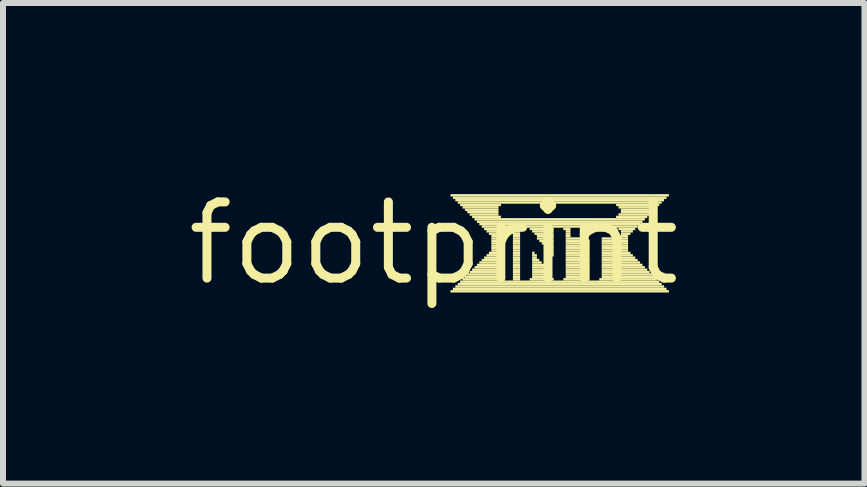
<source format=kicad_pcb>
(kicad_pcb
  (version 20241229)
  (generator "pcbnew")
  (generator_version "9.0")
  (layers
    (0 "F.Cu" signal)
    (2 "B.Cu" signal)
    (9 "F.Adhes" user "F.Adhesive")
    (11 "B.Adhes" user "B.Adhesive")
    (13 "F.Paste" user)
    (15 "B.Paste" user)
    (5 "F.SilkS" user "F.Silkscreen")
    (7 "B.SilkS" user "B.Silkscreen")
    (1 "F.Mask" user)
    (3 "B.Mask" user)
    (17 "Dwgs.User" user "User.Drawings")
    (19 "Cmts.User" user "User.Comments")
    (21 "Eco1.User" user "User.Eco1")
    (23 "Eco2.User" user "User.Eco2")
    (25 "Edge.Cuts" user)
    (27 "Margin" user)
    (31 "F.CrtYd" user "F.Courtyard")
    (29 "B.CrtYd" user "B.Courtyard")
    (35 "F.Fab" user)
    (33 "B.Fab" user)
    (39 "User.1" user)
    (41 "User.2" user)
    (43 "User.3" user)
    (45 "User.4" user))
  (footprint "footprint"
    (layer "F.Cu")
    (at 4.18 1.006)
    (property "Reference" "footprint" (at 0 0 0) (layer "F.SilkS") (effects (font (size 1.27 1.27) (thickness 0.15))))
    (fp_poly (pts (xy 0.28 -0.78) (xy 3.92 -0.78) (xy 3.92 -0.82) (xy 0.28 -0.82)) (stroke (width 0) (type solid)) (fill yes) (layer "F.SilkS"))
    (fp_poly (pts (xy 0.28 0.82) (xy 3.92 0.82) (xy 3.92 0.78) (xy 0.28 0.78)) (stroke (width 0) (type solid)) (fill yes) (layer "F.SilkS"))
    (fp_poly (pts (xy 0.32 -0.74) (xy 3.88 -0.74) (xy 3.88 -0.78) (xy 0.32 -0.78)) (stroke (width 0) (type solid)) (fill yes) (layer "F.SilkS"))
    (fp_poly (pts (xy 0.32 0.78) (xy 3.88 0.78) (xy 3.88 0.74) (xy 0.32 0.74)) (stroke (width 0) (type solid)) (fill yes) (layer "F.SilkS"))
    (fp_poly (pts (xy 0.36 -0.7) (xy 3.84 -0.7) (xy 3.84 -0.74) (xy 0.36 -0.74)) (stroke (width 0) (type solid)) (fill yes) (layer "F.SilkS"))
    (fp_poly (pts (xy 0.36 0.74) (xy 3.84 0.74) (xy 3.84 0.7) (xy 0.36 0.7)) (stroke (width 0) (type solid)) (fill yes) (layer "F.SilkS"))
    (fp_poly (pts (xy 0.4 -0.66) (xy 3.8 -0.66) (xy 3.8 -0.7) (xy 0.4 -0.7)) (stroke (width 0) (type solid)) (fill yes) (layer "F.SilkS"))
    (fp_poly (pts (xy 0.4 0.7) (xy 3.8 0.7) (xy 3.8 0.66) (xy 0.4 0.66)) (stroke (width 0) (type solid)) (fill yes) (layer "F.SilkS"))
    (fp_poly (pts (xy 0.44 -0.62) (xy 1.12 -0.62) (xy 1.12 -0.66) (xy 0.44 -0.66)) (stroke (width 0) (type solid)) (fill yes) (layer "F.SilkS"))
    (fp_poly (pts (xy 0.44 0.66) (xy 3.76 0.66) (xy 3.76 0.62) (xy 0.44 0.62)) (stroke (width 0) (type solid)) (fill yes) (layer "F.SilkS"))
    (fp_poly (pts (xy 0.48 -0.58) (xy 1.08 -0.58) (xy 1.08 -0.62) (xy 0.48 -0.62)) (stroke (width 0) (type solid)) (fill yes) (layer "F.SilkS"))
    (fp_poly (pts (xy 0.48 0.62) (xy 1.16 0.62) (xy 1.16 0.58) (xy 0.48 0.58)) (stroke (width 0) (type solid)) (fill yes) (layer "F.SilkS"))
    (fp_poly (pts (xy 0.52 -0.54) (xy 1.08 -0.54) (xy 1.08 -0.58) (xy 0.52 -0.58)) (stroke (width 0) (type solid)) (fill yes) (layer "F.SilkS"))
    (fp_poly (pts (xy 0.52 0.58) (xy 1.12 0.58) (xy 1.12 0.54) (xy 0.52 0.54)) (stroke (width 0) (type solid)) (fill yes) (layer "F.SilkS"))
    (fp_poly (pts (xy 0.56 -0.5) (xy 1.08 -0.5) (xy 1.08 -0.54) (xy 0.56 -0.54)) (stroke (width 0) (type solid)) (fill yes) (layer "F.SilkS"))
    (fp_poly (pts (xy 0.56 0.54) (xy 1.12 0.54) (xy 1.12 0.5) (xy 0.56 0.5)) (stroke (width 0) (type solid)) (fill yes) (layer "F.SilkS"))
    (fp_poly (pts (xy 0.6 -0.46) (xy 1.08 -0.46) (xy 1.08 -0.5) (xy 0.6 -0.5)) (stroke (width 0) (type solid)) (fill yes) (layer "F.SilkS"))
    (fp_poly (pts (xy 0.6 0.5) (xy 1.12 0.5) (xy 1.12 0.46) (xy 0.6 0.46)) (stroke (width 0) (type solid)) (fill yes) (layer "F.SilkS"))
    (fp_poly (pts (xy 0.64 -0.42) (xy 1.12 -0.42) (xy 1.12 -0.46) (xy 0.64 -0.46)) (stroke (width 0) (type solid)) (fill yes) (layer "F.SilkS"))
    (fp_poly (pts (xy 0.64 0.46) (xy 1.12 0.46) (xy 1.12 0.42) (xy 0.64 0.42)) (stroke (width 0) (type solid)) (fill yes) (layer "F.SilkS"))
    (fp_poly (pts (xy 0.68 -0.38) (xy 3.52 -0.38) (xy 3.52 -0.42) (xy 0.68 -0.42)) (stroke (width 0) (type solid)) (fill yes) (layer "F.SilkS"))
    (fp_poly (pts (xy 0.68 0.42) (xy 1.12 0.42) (xy 1.12 0.38) (xy 0.68 0.38)) (stroke (width 0) (type solid)) (fill yes) (layer "F.SilkS"))
    (fp_poly (pts (xy 0.72 -0.34) (xy 3.48 -0.34) (xy 3.48 -0.38) (xy 0.72 -0.38)) (stroke (width 0) (type solid)) (fill yes) (layer "F.SilkS"))
    (fp_poly (pts (xy 0.72 0.38) (xy 1.12 0.38) (xy 1.12 0.34) (xy 0.72 0.34)) (stroke (width 0) (type solid)) (fill yes) (layer "F.SilkS"))
    (fp_poly (pts (xy 0.76 -0.3) (xy 3.44 -0.3) (xy 3.44 -0.34) (xy 0.76 -0.34)) (stroke (width 0) (type solid)) (fill yes) (layer "F.SilkS"))
    (fp_poly (pts (xy 0.76 0.34) (xy 1.12 0.34) (xy 1.12 0.3) (xy 0.76 0.3)) (stroke (width 0) (type solid)) (fill yes) (layer "F.SilkS"))
    (fp_poly (pts (xy 0.8 -0.26) (xy 3.4 -0.26) (xy 3.4 -0.3) (xy 0.8 -0.3)) (stroke (width 0) (type solid)) (fill yes) (layer "F.SilkS"))
    (fp_poly (pts (xy 0.8 0.3) (xy 1.12 0.3) (xy 1.12 0.26) (xy 0.8 0.26)) (stroke (width 0) (type solid)) (fill yes) (layer "F.SilkS"))
    (fp_poly (pts (xy 0.84 -0.22) (xy 1.16 -0.22) (xy 1.16 -0.26) (xy 0.84 -0.26)) (stroke (width 0) (type solid)) (fill yes) (layer "F.SilkS"))
    (fp_poly (pts (xy 0.84 0.26) (xy 1.12 0.26) (xy 1.12 0.22) (xy 0.84 0.22)) (stroke (width 0) (type solid)) (fill yes) (layer "F.SilkS"))
    (fp_poly (pts (xy 0.88 -0.18) (xy 1.12 -0.18) (xy 1.12 -0.22) (xy 0.88 -0.22)) (stroke (width 0) (type solid)) (fill yes) (layer "F.SilkS"))
    (fp_poly (pts (xy 0.88 0.22) (xy 1.12 0.22) (xy 1.12 0.18) (xy 0.88 0.18)) (stroke (width 0) (type solid)) (fill yes) (layer "F.SilkS"))
    (fp_poly (pts (xy 0.92 -0.14) (xy 1.12 -0.14) (xy 1.12 -0.18) (xy 0.92 -0.18)) (stroke (width 0) (type solid)) (fill yes) (layer "F.SilkS"))
    (fp_poly (pts (xy 0.92 0.18) (xy 1.12 0.18) (xy 1.12 0.14) (xy 0.92 0.14)) (stroke (width 0) (type solid)) (fill yes) (layer "F.SilkS"))
    (fp_poly (pts (xy 0.96 -0.1) (xy 1.12 -0.1) (xy 1.12 -0.14) (xy 0.96 -0.14)) (stroke (width 0) (type solid)) (fill yes) (layer "F.SilkS"))
    (fp_poly (pts (xy 0.96 -0.06) (xy 1.12 -0.06) (xy 1.12 -0.1) (xy 0.96 -0.1)) (stroke (width 0) (type solid)) (fill yes) (layer "F.SilkS"))
    (fp_poly (pts (xy 0.96 -0.02) (xy 1.12 -0.02) (xy 1.12 -0.06) (xy 0.96 -0.06)) (stroke (width 0) (type solid)) (fill yes) (layer "F.SilkS"))
    (fp_poly (pts (xy 0.96 0.02) (xy 1.12 0.02) (xy 1.12 -0.02) (xy 0.96 -0.02)) (stroke (width 0) (type solid)) (fill yes) (layer "F.SilkS"))
    (fp_poly (pts (xy 0.96 0.06) (xy 1.12 0.06) (xy 1.12 0.02) (xy 0.96 0.02)) (stroke (width 0) (type solid)) (fill yes) (layer "F.SilkS"))
    (fp_poly (pts (xy 0.96 0.1) (xy 1.12 0.1) (xy 1.12 0.06) (xy 0.96 0.06)) (stroke (width 0) (type solid)) (fill yes) (layer "F.SilkS"))
    (fp_poly (pts (xy 0.96 0.14) (xy 1.12 0.14) (xy 1.12 0.1) (xy 0.96 0.1)) (stroke (width 0) (type solid)) (fill yes) (layer "F.SilkS"))
    (fp_poly (pts (xy 1.32 -0.22) (xy 1.48 -0.22) (xy 1.48 -0.26) (xy 1.32 -0.26)) (stroke (width 0) (type solid)) (fill yes) (layer "F.SilkS"))
    (fp_poly (pts (xy 1.32 -0.18) (xy 1.44 -0.18) (xy 1.44 -0.22) (xy 1.32 -0.22)) (stroke (width 0) (type solid)) (fill yes) (layer "F.SilkS"))
    (fp_poly (pts (xy 1.32 -0.14) (xy 1.44 -0.14) (xy 1.44 -0.18) (xy 1.32 -0.18)) (stroke (width 0) (type solid)) (fill yes) (layer "F.SilkS"))
    (fp_poly (pts (xy 1.32 -0.1) (xy 1.44 -0.1) (xy 1.44 -0.14) (xy 1.32 -0.14)) (stroke (width 0) (type solid)) (fill yes) (layer "F.SilkS"))
    (fp_poly (pts (xy 1.32 -0.06) (xy 1.44 -0.06) (xy 1.44 -0.1) (xy 1.32 -0.1)) (stroke (width 0) (type solid)) (fill yes) (layer "F.SilkS"))
    (fp_poly (pts (xy 1.32 -0.02) (xy 1.44 -0.02) (xy 1.44 -0.06) (xy 1.32 -0.06)) (stroke (width 0) (type solid)) (fill yes) (layer "F.SilkS"))
    (fp_poly (pts (xy 1.32 0.02) (xy 1.44 0.02) (xy 1.44 -0.02) (xy 1.32 -0.02)) (stroke (width 0) (type solid)) (fill yes) (layer "F.SilkS"))
    (fp_poly (pts (xy 1.32 0.06) (xy 1.44 0.06) (xy 1.44 0.02) (xy 1.32 0.02)) (stroke (width 0) (type solid)) (fill yes) (layer "F.SilkS"))
    (fp_poly (pts (xy 1.32 0.1) (xy 1.44 0.1) (xy 1.44 0.06) (xy 1.32 0.06)) (stroke (width 0) (type solid)) (fill yes) (layer "F.SilkS"))
    (fp_poly (pts (xy 1.32 0.14) (xy 1.44 0.14) (xy 1.44 0.1) (xy 1.32 0.1)) (stroke (width 0) (type solid)) (fill yes) (layer "F.SilkS"))
    (fp_poly (pts (xy 1.32 0.18) (xy 1.44 0.18) (xy 1.44 0.14) (xy 1.32 0.14)) (stroke (width 0) (type solid)) (fill yes) (layer "F.SilkS"))
    (fp_poly (pts (xy 1.32 0.22) (xy 1.44 0.22) (xy 1.44 0.18) (xy 1.32 0.18)) (stroke (width 0) (type solid)) (fill yes) (layer "F.SilkS"))
    (fp_poly (pts (xy 1.32 0.26) (xy 1.44 0.26) (xy 1.44 0.22) (xy 1.32 0.22)) (stroke (width 0) (type solid)) (fill yes) (layer "F.SilkS"))
    (fp_poly (pts (xy 1.32 0.3) (xy 1.44 0.3) (xy 1.44 0.26) (xy 1.32 0.26)) (stroke (width 0) (type solid)) (fill yes) (layer "F.SilkS"))
    (fp_poly (pts (xy 1.32 0.34) (xy 1.44 0.34) (xy 1.44 0.3) (xy 1.32 0.3)) (stroke (width 0) (type solid)) (fill yes) (layer "F.SilkS"))
    (fp_poly (pts (xy 1.32 0.38) (xy 1.44 0.38) (xy 1.44 0.34) (xy 1.32 0.34)) (stroke (width 0) (type solid)) (fill yes) (layer "F.SilkS"))
    (fp_poly (pts (xy 1.32 0.42) (xy 1.44 0.42) (xy 1.44 0.38) (xy 1.32 0.38)) (stroke (width 0) (type solid)) (fill yes) (layer "F.SilkS"))
    (fp_poly (pts (xy 1.32 0.46) (xy 1.44 0.46) (xy 1.44 0.42) (xy 1.32 0.42)) (stroke (width 0) (type solid)) (fill yes) (layer "F.SilkS"))
    (fp_poly (pts (xy 1.32 0.5) (xy 1.44 0.5) (xy 1.44 0.46) (xy 1.32 0.46)) (stroke (width 0) (type solid)) (fill yes) (layer "F.SilkS"))
    (fp_poly (pts (xy 1.32 0.54) (xy 1.44 0.54) (xy 1.44 0.5) (xy 1.32 0.5)) (stroke (width 0) (type solid)) (fill yes) (layer "F.SilkS"))
    (fp_poly (pts (xy 1.32 0.58) (xy 1.44 0.58) (xy 1.44 0.54) (xy 1.32 0.54)) (stroke (width 0) (type solid)) (fill yes) (layer "F.SilkS"))
    (fp_poly (pts (xy 1.32 0.62) (xy 1.44 0.62) (xy 1.44 0.58) (xy 1.32 0.58)) (stroke (width 0) (type solid)) (fill yes) (layer "F.SilkS"))
    (fp_poly (pts (xy 1.6 -0.22) (xy 2 -0.22) (xy 2 -0.26) (xy 1.6 -0.26)) (stroke (width 0) (type solid)) (fill yes) (layer "F.SilkS"))
    (fp_poly (pts (xy 1.6 0.62) (xy 2 0.62) (xy 2 0.58) (xy 1.6 0.58)) (stroke (width 0) (type solid)) (fill yes) (layer "F.SilkS"))
    (fp_poly (pts (xy 1.64 -0.18) (xy 2 -0.18) (xy 2 -0.22) (xy 1.64 -0.22)) (stroke (width 0) (type solid)) (fill yes) (layer "F.SilkS"))
    (fp_poly (pts (xy 1.64 0.18) (xy 1.68 0.18) (xy 1.68 0.14) (xy 1.64 0.14)) (stroke (width 0) (type solid)) (fill yes) (layer "F.SilkS"))
    (fp_poly (pts (xy 1.64 0.22) (xy 1.72 0.22) (xy 1.72 0.18) (xy 1.64 0.18)) (stroke (width 0) (type solid)) (fill yes) (layer "F.SilkS"))
    (fp_poly (pts (xy 1.64 0.26) (xy 1.72 0.26) (xy 1.72 0.22) (xy 1.64 0.22)) (stroke (width 0) (type solid)) (fill yes) (layer "F.SilkS"))
    (fp_poly (pts (xy 1.64 0.3) (xy 1.76 0.3) (xy 1.76 0.26) (xy 1.64 0.26)) (stroke (width 0) (type solid)) (fill yes) (layer "F.SilkS"))
    (fp_poly (pts (xy 1.64 0.34) (xy 1.8 0.34) (xy 1.8 0.3) (xy 1.64 0.3)) (stroke (width 0) (type solid)) (fill yes) (layer "F.SilkS"))
    (fp_poly (pts (xy 1.64 0.38) (xy 1.84 0.38) (xy 1.84 0.34) (xy 1.64 0.34)) (stroke (width 0) (type solid)) (fill yes) (layer "F.SilkS"))
    (fp_poly (pts (xy 1.64 0.42) (xy 1.84 0.42) (xy 1.84 0.38) (xy 1.64 0.38)) (stroke (width 0) (type solid)) (fill yes) (layer "F.SilkS"))
    (fp_poly (pts (xy 1.64 0.46) (xy 1.88 0.46) (xy 1.88 0.42) (xy 1.64 0.42)) (stroke (width 0) (type solid)) (fill yes) (layer "F.SilkS"))
    (fp_poly (pts (xy 1.64 0.5) (xy 1.92 0.5) (xy 1.92 0.46) (xy 1.64 0.46)) (stroke (width 0) (type solid)) (fill yes) (layer "F.SilkS"))
    (fp_poly (pts (xy 1.64 0.54) (xy 1.96 0.54) (xy 1.96 0.5) (xy 1.64 0.5)) (stroke (width 0) (type solid)) (fill yes) (layer "F.SilkS"))
    (fp_poly (pts (xy 1.64 0.58) (xy 1.96 0.58) (xy 1.96 0.54) (xy 1.64 0.54)) (stroke (width 0) (type solid)) (fill yes) (layer "F.SilkS"))
    (fp_poly (pts (xy 1.68 -0.14) (xy 2 -0.14) (xy 2 -0.18) (xy 1.68 -0.18)) (stroke (width 0) (type solid)) (fill yes) (layer "F.SilkS"))
    (fp_poly (pts (xy 1.72 -0.1) (xy 2 -0.1) (xy 2 -0.14) (xy 1.72 -0.14)) (stroke (width 0) (type solid)) (fill yes) (layer "F.SilkS"))
    (fp_poly (pts (xy 1.72 -0.06) (xy 2 -0.06) (xy 2 -0.1) (xy 1.72 -0.1)) (stroke (width 0) (type solid)) (fill yes) (layer "F.SilkS"))
    (fp_poly (pts (xy 1.76 -0.02) (xy 2 -0.02) (xy 2 -0.06) (xy 1.76 -0.06)) (stroke (width 0) (type solid)) (fill yes) (layer "F.SilkS"))
    (fp_poly (pts (xy 1.8 0.02) (xy 2 0.02) (xy 2 -0.02) (xy 1.8 -0.02)) (stroke (width 0) (type solid)) (fill yes) (layer "F.SilkS"))
    (fp_poly (pts (xy 1.84 0.06) (xy 2 0.06) (xy 2 0.02) (xy 1.84 0.02)) (stroke (width 0) (type solid)) (fill yes) (layer "F.SilkS"))
    (fp_poly (pts (xy 1.84 0.1) (xy 2 0.1) (xy 2 0.06) (xy 1.84 0.06)) (stroke (width 0) (type solid)) (fill yes) (layer "F.SilkS"))
    (fp_poly (pts (xy 1.88 0.14) (xy 2 0.14) (xy 2 0.1) (xy 1.88 0.1)) (stroke (width 0) (type solid)) (fill yes) (layer "F.SilkS"))
    (fp_poly (pts (xy 1.92 0.18) (xy 2 0.18) (xy 2 0.14) (xy 1.92 0.14)) (stroke (width 0) (type solid)) (fill yes) (layer "F.SilkS"))
    (fp_poly (pts (xy 1.96 0.22) (xy 2 0.22) (xy 2 0.18) (xy 1.96 0.18)) (stroke (width 0) (type solid)) (fill yes) (layer "F.SilkS"))
    (fp_poly (pts (xy 2.16 -0.22) (xy 2.28 -0.22) (xy 2.28 -0.26) (xy 2.16 -0.26)) (stroke (width 0) (type solid)) (fill yes) (layer "F.SilkS"))
    (fp_poly (pts (xy 2.16 0.62) (xy 2.6 0.62) (xy 2.6 0.58) (xy 2.16 0.58)) (stroke (width 0) (type solid)) (fill yes) (layer "F.SilkS"))
    (fp_poly (pts (xy 2.2 -0.18) (xy 2.28 -0.18) (xy 2.28 -0.22) (xy 2.2 -0.22)) (stroke (width 0) (type solid)) (fill yes) (layer "F.SilkS"))
    (fp_poly (pts (xy 2.2 -0.14) (xy 2.28 -0.14) (xy 2.28 -0.18) (xy 2.2 -0.18)) (stroke (width 0) (type solid)) (fill yes) (layer "F.SilkS"))
    (fp_poly (pts (xy 2.2 -0.1) (xy 2.28 -0.1) (xy 2.28 -0.14) (xy 2.2 -0.14)) (stroke (width 0) (type solid)) (fill yes) (layer "F.SilkS"))
    (fp_poly (pts (xy 2.2 -0.06) (xy 2.56 -0.06) (xy 2.56 -0.1) (xy 2.2 -0.1)) (stroke (width 0) (type solid)) (fill yes) (layer "F.SilkS"))
    (fp_poly (pts (xy 2.2 -0.02) (xy 2.6 -0.02) (xy 2.6 -0.06) (xy 2.2 -0.06)) (stroke (width 0) (type solid)) (fill yes) (layer "F.SilkS"))
    (fp_poly (pts (xy 2.2 0.02) (xy 2.6 0.02) (xy 2.6 -0.02) (xy 2.2 -0.02)) (stroke (width 0) (type solid)) (fill yes) (layer "F.SilkS"))
    (fp_poly (pts (xy 2.2 0.06) (xy 2.6 0.06) (xy 2.6 0.02) (xy 2.2 0.02)) (stroke (width 0) (type solid)) (fill yes) (layer "F.SilkS"))
    (fp_poly (pts (xy 2.2 0.1) (xy 2.6 0.1) (xy 2.6 0.06) (xy 2.2 0.06)) (stroke (width 0) (type solid)) (fill yes) (layer "F.SilkS"))
    (fp_poly (pts (xy 2.2 0.14) (xy 2.6 0.14) (xy 2.6 0.1) (xy 2.2 0.1)) (stroke (width 0) (type solid)) (fill yes) (layer "F.SilkS"))
    (fp_poly (pts (xy 2.2 0.18) (xy 2.6 0.18) (xy 2.6 0.14) (xy 2.2 0.14)) (stroke (width 0) (type solid)) (fill yes) (layer "F.SilkS"))
    (fp_poly (pts (xy 2.2 0.22) (xy 2.6 0.22) (xy 2.6 0.18) (xy 2.2 0.18)) (stroke (width 0) (type solid)) (fill yes) (layer "F.SilkS"))
    (fp_poly (pts (xy 2.2 0.26) (xy 2.6 0.26) (xy 2.6 0.22) (xy 2.2 0.22)) (stroke (width 0) (type solid)) (fill yes) (layer "F.SilkS"))
    (fp_poly (pts (xy 2.2 0.3) (xy 2.6 0.3) (xy 2.6 0.26) (xy 2.2 0.26)) (stroke (width 0) (type solid)) (fill yes) (layer "F.SilkS"))
    (fp_poly (pts (xy 2.2 0.34) (xy 2.6 0.34) (xy 2.6 0.3) (xy 2.2 0.3)) (stroke (width 0) (type solid)) (fill yes) (layer "F.SilkS"))
    (fp_poly (pts (xy 2.2 0.38) (xy 2.6 0.38) (xy 2.6 0.34) (xy 2.2 0.34)) (stroke (width 0) (type solid)) (fill yes) (layer "F.SilkS"))
    (fp_poly (pts (xy 2.2 0.42) (xy 2.6 0.42) (xy 2.6 0.38) (xy 2.2 0.38)) (stroke (width 0) (type solid)) (fill yes) (layer "F.SilkS"))
    (fp_poly (pts (xy 2.2 0.46) (xy 2.6 0.46) (xy 2.6 0.42) (xy 2.2 0.42)) (stroke (width 0) (type solid)) (fill yes) (layer "F.SilkS"))
    (fp_poly (pts (xy 2.2 0.5) (xy 2.6 0.5) (xy 2.6 0.46) (xy 2.2 0.46)) (stroke (width 0) (type solid)) (fill yes) (layer "F.SilkS"))
    (fp_poly (pts (xy 2.2 0.54) (xy 2.6 0.54) (xy 2.6 0.5) (xy 2.2 0.5)) (stroke (width 0) (type solid)) (fill yes) (layer "F.SilkS"))
    (fp_poly (pts (xy 2.2 0.58) (xy 2.6 0.58) (xy 2.6 0.54) (xy 2.2 0.54)) (stroke (width 0) (type solid)) (fill yes) (layer "F.SilkS"))
    (fp_poly (pts (xy 2.76 0.62) (xy 3.72 0.62) (xy 3.72 0.58) (xy 2.76 0.58)) (stroke (width 0) (type solid)) (fill yes) (layer "F.SilkS"))
    (fp_poly (pts (xy 2.8 -0.06) (xy 3.24 -0.06) (xy 3.24 -0.1) (xy 2.8 -0.1)) (stroke (width 0) (type solid)) (fill yes) (layer "F.SilkS"))
    (fp_poly (pts (xy 2.8 -0.02) (xy 3.24 -0.02) (xy 3.24 -0.06) (xy 2.8 -0.06)) (stroke (width 0) (type solid)) (fill yes) (layer "F.SilkS"))
    (fp_poly (pts (xy 2.8 0.02) (xy 3.24 0.02) (xy 3.24 -0.02) (xy 2.8 -0.02)) (stroke (width 0) (type solid)) (fill yes) (layer "F.SilkS"))
    (fp_poly (pts (xy 2.8 0.06) (xy 3.24 0.06) (xy 3.24 0.02) (xy 2.8 0.02)) (stroke (width 0) (type solid)) (fill yes) (layer "F.SilkS"))
    (fp_poly (pts (xy 2.8 0.1) (xy 3.24 0.1) (xy 3.24 0.06) (xy 2.8 0.06)) (stroke (width 0) (type solid)) (fill yes) (layer "F.SilkS"))
    (fp_poly (pts (xy 2.8 0.14) (xy 3.24 0.14) (xy 3.24 0.1) (xy 2.8 0.1)) (stroke (width 0) (type solid)) (fill yes) (layer "F.SilkS"))
    (fp_poly (pts (xy 2.8 0.18) (xy 3.28 0.18) (xy 3.28 0.14) (xy 2.8 0.14)) (stroke (width 0) (type solid)) (fill yes) (layer "F.SilkS"))
    (fp_poly (pts (xy 2.8 0.22) (xy 3.32 0.22) (xy 3.32 0.18) (xy 2.8 0.18)) (stroke (width 0) (type solid)) (fill yes) (layer "F.SilkS"))
    (fp_poly (pts (xy 2.8 0.26) (xy 3.36 0.26) (xy 3.36 0.22) (xy 2.8 0.22)) (stroke (width 0) (type solid)) (fill yes) (layer "F.SilkS"))
    (fp_poly (pts (xy 2.8 0.3) (xy 3.4 0.3) (xy 3.4 0.26) (xy 2.8 0.26)) (stroke (width 0) (type solid)) (fill yes) (layer "F.SilkS"))
    (fp_poly (pts (xy 2.8 0.34) (xy 3.44 0.34) (xy 3.44 0.3) (xy 2.8 0.3)) (stroke (width 0) (type solid)) (fill yes) (layer "F.SilkS"))
    (fp_poly (pts (xy 2.8 0.38) (xy 3.48 0.38) (xy 3.48 0.34) (xy 2.8 0.34)) (stroke (width 0) (type solid)) (fill yes) (layer "F.SilkS"))
    (fp_poly (pts (xy 2.8 0.42) (xy 3.52 0.42) (xy 3.52 0.38) (xy 2.8 0.38)) (stroke (width 0) (type solid)) (fill yes) (layer "F.SilkS"))
    (fp_poly (pts (xy 2.8 0.46) (xy 3.56 0.46) (xy 3.56 0.42) (xy 2.8 0.42)) (stroke (width 0) (type solid)) (fill yes) (layer "F.SilkS"))
    (fp_poly (pts (xy 2.8 0.5) (xy 3.6 0.5) (xy 3.6 0.46) (xy 2.8 0.46)) (stroke (width 0) (type solid)) (fill yes) (layer "F.SilkS"))
    (fp_poly (pts (xy 2.8 0.54) (xy 3.64 0.54) (xy 3.64 0.5) (xy 2.8 0.5)) (stroke (width 0) (type solid)) (fill yes) (layer "F.SilkS"))
    (fp_poly (pts (xy 2.8 0.58) (xy 3.68 0.58) (xy 3.68 0.54) (xy 2.8 0.54)) (stroke (width 0) (type solid)) (fill yes) (layer "F.SilkS"))
    (fp_poly (pts (xy 3.04 -0.62) (xy 3.76 -0.62) (xy 3.76 -0.66) (xy 3.04 -0.66)) (stroke (width 0) (type solid)) (fill yes) (layer "F.SilkS"))
    (fp_poly (pts (xy 3.04 -0.42) (xy 3.56 -0.42) (xy 3.56 -0.46) (xy 3.04 -0.46)) (stroke (width 0) (type solid)) (fill yes) (layer "F.SilkS"))
    (fp_poly (pts (xy 3.08 -0.58) (xy 3.72 -0.58) (xy 3.72 -0.62) (xy 3.08 -0.62)) (stroke (width 0) (type solid)) (fill yes) (layer "F.SilkS"))
    (fp_poly (pts (xy 3.08 -0.46) (xy 3.6 -0.46) (xy 3.6 -0.5) (xy 3.08 -0.5)) (stroke (width 0) (type solid)) (fill yes) (layer "F.SilkS"))
    (fp_poly (pts (xy 3.08 -0.22) (xy 3.36 -0.22) (xy 3.36 -0.26) (xy 3.08 -0.26)) (stroke (width 0) (type solid)) (fill yes) (layer "F.SilkS"))
    (fp_poly (pts (xy 3.12 -0.54) (xy 3.68 -0.54) (xy 3.68 -0.58) (xy 3.12 -0.58)) (stroke (width 0) (type solid)) (fill yes) (layer "F.SilkS"))
    (fp_poly (pts (xy 3.12 -0.5) (xy 3.64 -0.5) (xy 3.64 -0.54) (xy 3.12 -0.54)) (stroke (width 0) (type solid)) (fill yes) (layer "F.SilkS"))
    (fp_poly (pts (xy 3.12 -0.18) (xy 3.32 -0.18) (xy 3.32 -0.22) (xy 3.12 -0.22)) (stroke (width 0) (type solid)) (fill yes) (layer "F.SilkS"))
    (fp_poly (pts (xy 3.12 -0.14) (xy 3.28 -0.14) (xy 3.28 -0.18) (xy 3.12 -0.18)) (stroke (width 0) (type solid)) (fill yes) (layer "F.SilkS"))
    (fp_poly (pts (xy 3.12 -0.1) (xy 3.24 -0.1) (xy 3.24 -0.14) (xy 3.12 -0.14)) (stroke (width 0) (type solid)) (fill yes) (layer "F.SilkS")))
  (gr_rect
    (start -3 -3)
    (end 11.36 5.012)
    (stroke (width 0.1) (type default))
    (fill no)
    (layer "Edge.Cuts")))
</source>
